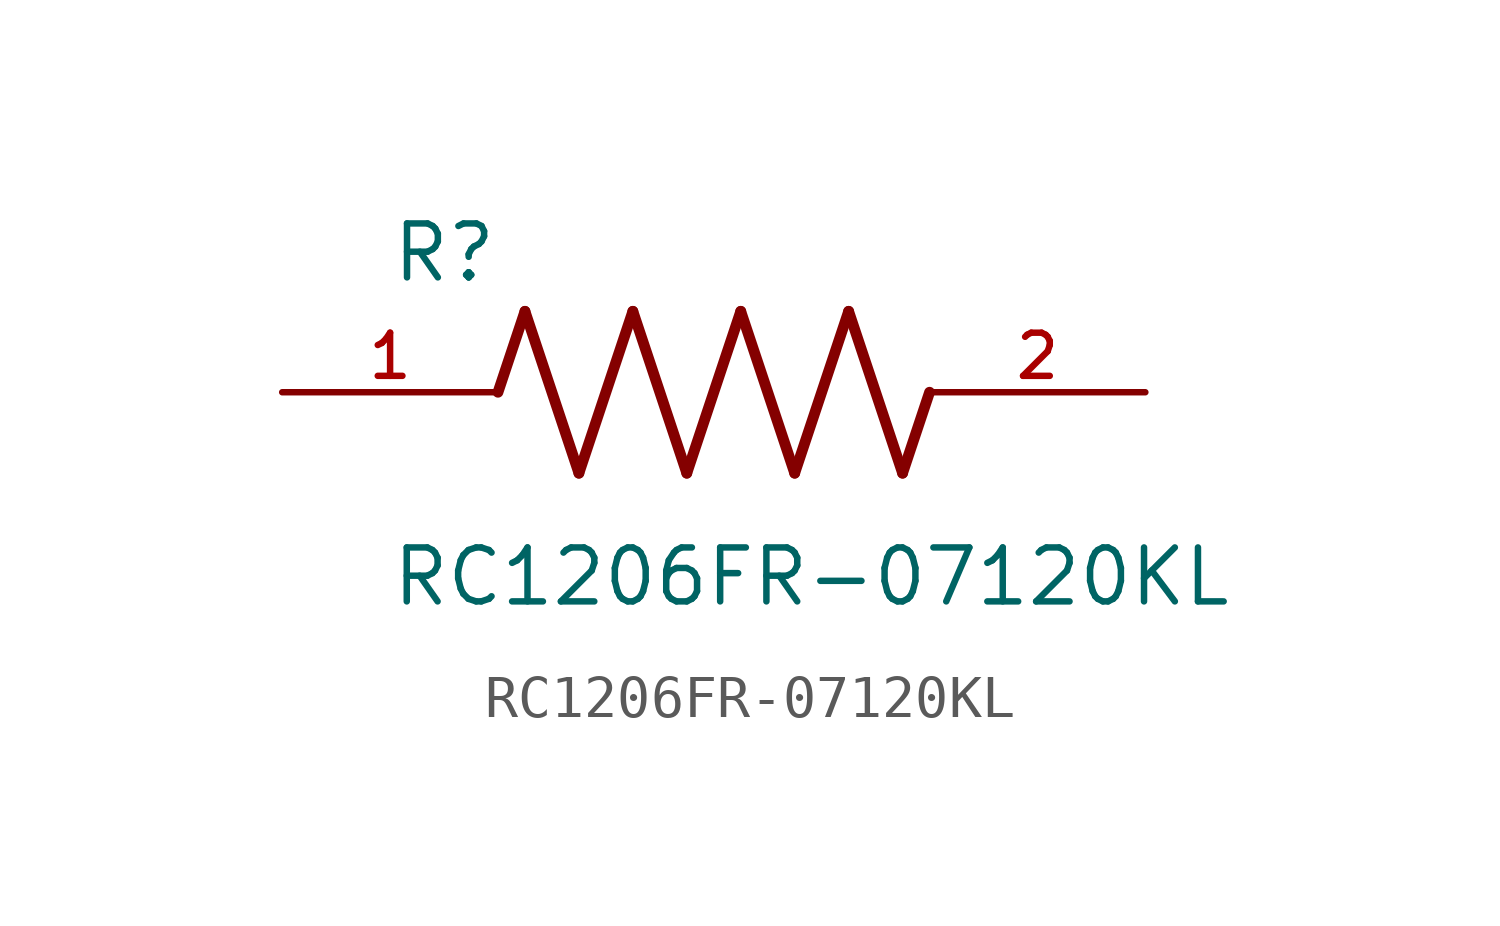
<source format=kicad_sym>
(kicad_symbol_lib
  (version 20211014)
  (generator kicad_symbol_editor)
  (symbol "RC1206FR-07120KL"
    (pin_names
      (offset 1.016))
    (property "Reference" "R"
      (at -7.624 2.541 0)
      (effects (font (size 1.27 1.27)) (justify bottom left)))
    (property "Value" "RC1206FR-07120KL"
      (at -7.63 -5.087 0)
      (effects (font (size 1.27 1.27)) (justify bottom left)))
    (symbol "RC1206FR-07120KL_0_0"
      (polyline (pts (xy -5.08 0.0) (xy -4.445 1.905)) (stroke (width 0.254)))
      (polyline (pts (xy -4.445 1.905) (xy -3.175 -1.905)) (stroke (width 0.254)))
      (polyline (pts (xy -3.175 -1.905) (xy -1.905 1.905)) (stroke (width 0.254)))
      (polyline (pts (xy -1.905 1.905) (xy -0.635 -1.905)) (stroke (width 0.254)))
      (polyline (pts (xy -0.635 -1.905) (xy 0.635 1.905)) (stroke (width 0.254)))
      (polyline (pts (xy 0.635 1.905) (xy 1.905 -1.905)) (stroke (width 0.254)))
      (polyline (pts (xy 1.905 -1.905) (xy 3.175 1.905)) (stroke (width 0.254)))
      (polyline (pts (xy 3.175 1.905) (xy 4.445 -1.905)) (stroke (width 0.254)))
      (polyline (pts (xy 4.445 -1.905) (xy 5.08 0.0)) (stroke (width 0.254)))
      (pin passive line (at -10.16 0.0 0) (length 5.08) (name "~" (effects (font (size 1.016 1.016)))) (number "1" (effects (font (size 1.016 1.016)))))
      (pin passive line (at 10.16 0.0 180.0) (length 5.08) (name "~" (effects (font (size 1.016 1.016)))) (number "2" (effects (font (size 1.016 1.016))))))))
</source>
